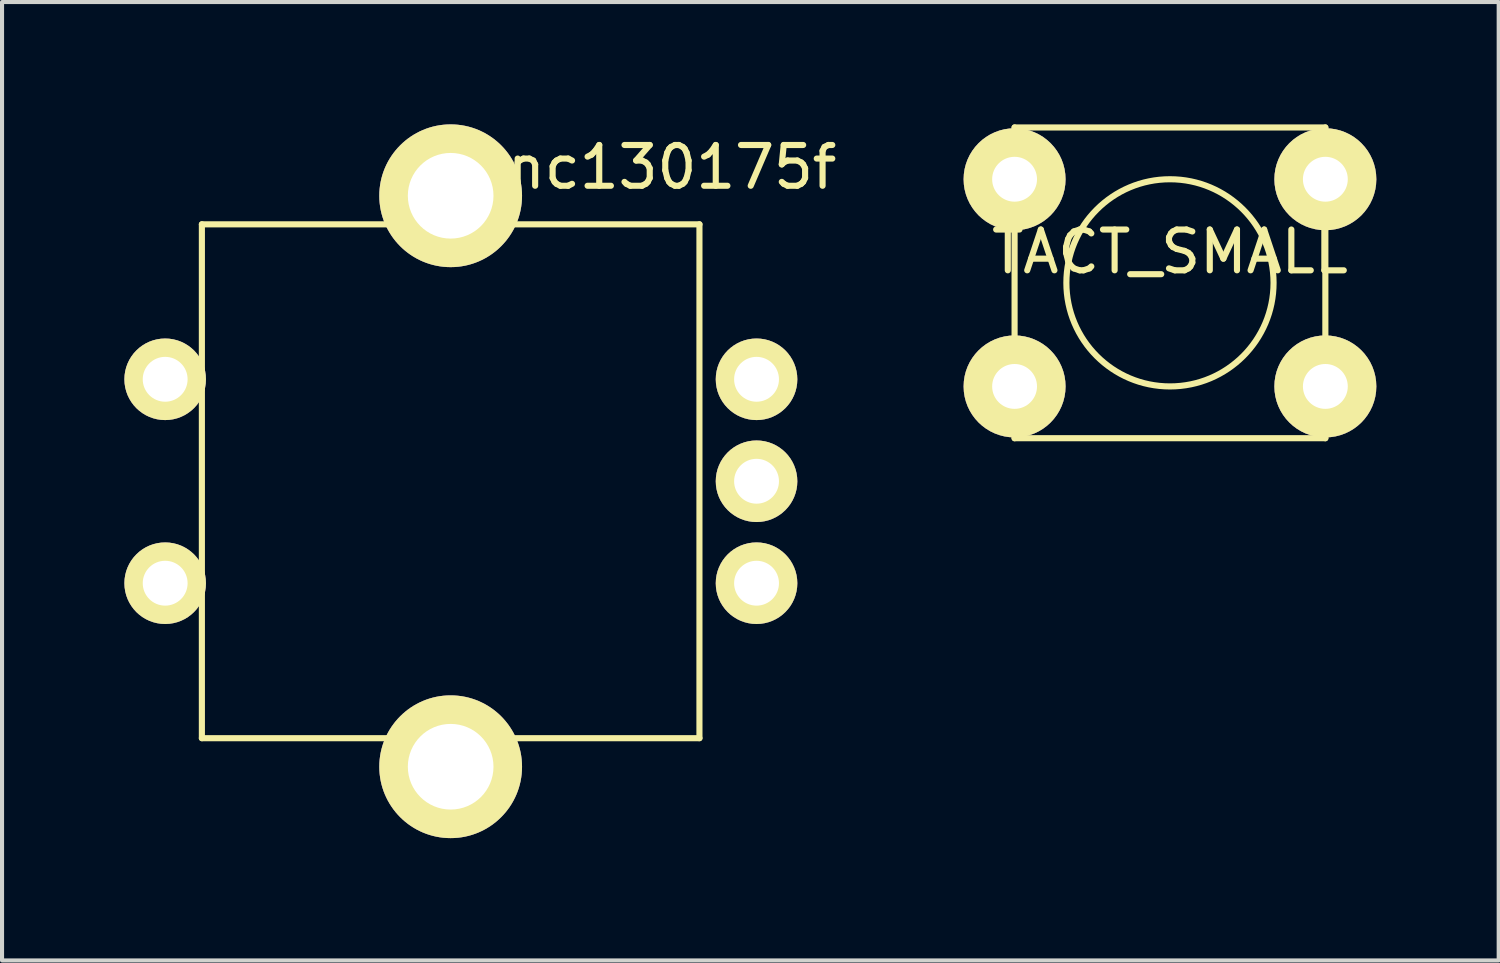
<source format=kicad_pcb>
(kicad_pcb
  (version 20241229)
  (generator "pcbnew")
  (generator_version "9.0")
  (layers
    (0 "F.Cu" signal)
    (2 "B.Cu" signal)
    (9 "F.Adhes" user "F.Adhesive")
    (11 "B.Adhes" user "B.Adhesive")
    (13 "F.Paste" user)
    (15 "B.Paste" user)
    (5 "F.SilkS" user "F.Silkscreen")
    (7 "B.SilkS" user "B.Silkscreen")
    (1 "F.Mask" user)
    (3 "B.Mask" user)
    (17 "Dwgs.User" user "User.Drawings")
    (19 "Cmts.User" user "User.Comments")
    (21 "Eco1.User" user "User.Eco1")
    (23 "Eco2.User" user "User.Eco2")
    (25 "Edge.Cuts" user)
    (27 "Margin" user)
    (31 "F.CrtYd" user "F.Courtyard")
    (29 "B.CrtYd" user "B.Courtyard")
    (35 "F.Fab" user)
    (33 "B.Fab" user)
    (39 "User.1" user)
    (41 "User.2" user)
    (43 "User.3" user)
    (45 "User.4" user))
  (footprint "TACT_SMALL"
    (layer "F.Cu")
    (at 25.637 3.885)
    (property "Reference" "TACT_SMALL" (at 0 -0.762 0) (layer "F.SilkS") (effects (font (size 1 1) (thickness 0.15))))
    (attr through_hole)
    (fp_line (start -3.81 -3.81) (end -3.81 3.81) (stroke (width 0.15) (type solid)) (layer "F.SilkS"))
    (fp_line (start -3.81 -3.81) (end 3.81 -3.81) (stroke (width 0.15) (type solid)) (layer "F.SilkS"))
    (fp_line (start 3.81 -3.81) (end 3.81 3.81) (stroke (width 0.15) (type solid)) (layer "F.SilkS"))
    (fp_line (start 3.81 3.81) (end -3.81 3.81) (stroke (width 0.15) (type solid)) (layer "F.SilkS"))
    (fp_circle (center 0 0) (end 0 -2.54) (stroke (width 0.15) (type solid)) (fill no) (layer "F.SilkS"))
    (pad "1" thru_hole circle (at -3.81 -2.54) (size 2.5 2.5) (drill 1.1) (layers "*.Cu" "*.Mask" "F.SilkS"))
    (pad "1" thru_hole circle (at 3.81 -2.54) (size 2.5 2.5) (drill 1.1) (layers "*.Cu" "*.Mask" "F.SilkS"))
    (pad "2" thru_hole circle (at -3.81 2.54) (size 2.5 2.5) (drill 1.1) (layers "*.Cu" "*.Mask" "F.SilkS"))
    (pad "2" thru_hole circle (at 3.81 2.54) (size 2.5 2.5) (drill 1.1) (layers "*.Cu" "*.Mask" "F.SilkS")))
  (footprint "enc130175f"
    (layer "F.Cu")
    (at 8 8.75)
    (property "Reference" "enc130175f" (at 5 -7.7 0) (layer "F.SilkS") (effects (font (size 1 1) (thickness 0.15))))
    (attr through_hole)
    (fp_line (start -6.1 -6.3) (end -6.1 6.3) (stroke (width 0.15) (type solid)) (layer "F.SilkS"))
    (fp_line (start -6.1 6.3) (end 6.1 6.3) (stroke (width 0.15) (type solid)) (layer "F.SilkS"))
    (fp_line (start 6.1 -6.3) (end -6.1 -6.3) (stroke (width 0.15) (type solid)) (layer "F.SilkS"))
    (fp_line (start 6.1 6.3) (end 6.1 -6.3) (stroke (width 0.15) (type solid)) (layer "F.SilkS"))
    (pad "1" thru_hole circle (at 7.5 -2.5) (size 2 2) (drill 1.1) (layers "*.Cu" "*.Mask" "F.SilkS" "B.Paste"))
    (pad "2" thru_hole circle (at 7.5 0) (size 2 2) (drill 1.1) (layers "*.Cu" "*.Mask" "F.SilkS" "B.Paste"))
    (pad "3" thru_hole circle (at 7.5 2.5) (size 2 2) (drill 1.1) (layers "*.Cu" "*.Mask" "F.SilkS" "B.Paste"))
    (pad "4" thru_hole circle (at -7 -2.5) (size 2 2) (drill 1.1) (layers "*.Cu" "*.Mask" "F.SilkS" "B.Paste"))
    (pad "5" thru_hole circle (at -7 2.5) (size 2 2) (drill 1.1) (layers "*.Cu" "*.Mask" "F.SilkS" "B.Paste"))
    (pad "6" thru_hole circle (at 0 -7) (size 3.5 3.5) (drill 2.1) (layers "*.Cu" "*.Mask" "F.SilkS" "B.Paste"))
    (pad "7" thru_hole circle (at 0 7) (size 3.5 3.5) (drill 2.1) (layers "*.Cu" "*.Mask" "F.SilkS" "B.Paste")))
  (gr_rect
    (start -3 -3)
    (end 33.697 20.5)
    (stroke (width 0.1) (type default))
    (fill no)
    (layer "Edge.Cuts")))
</source>
